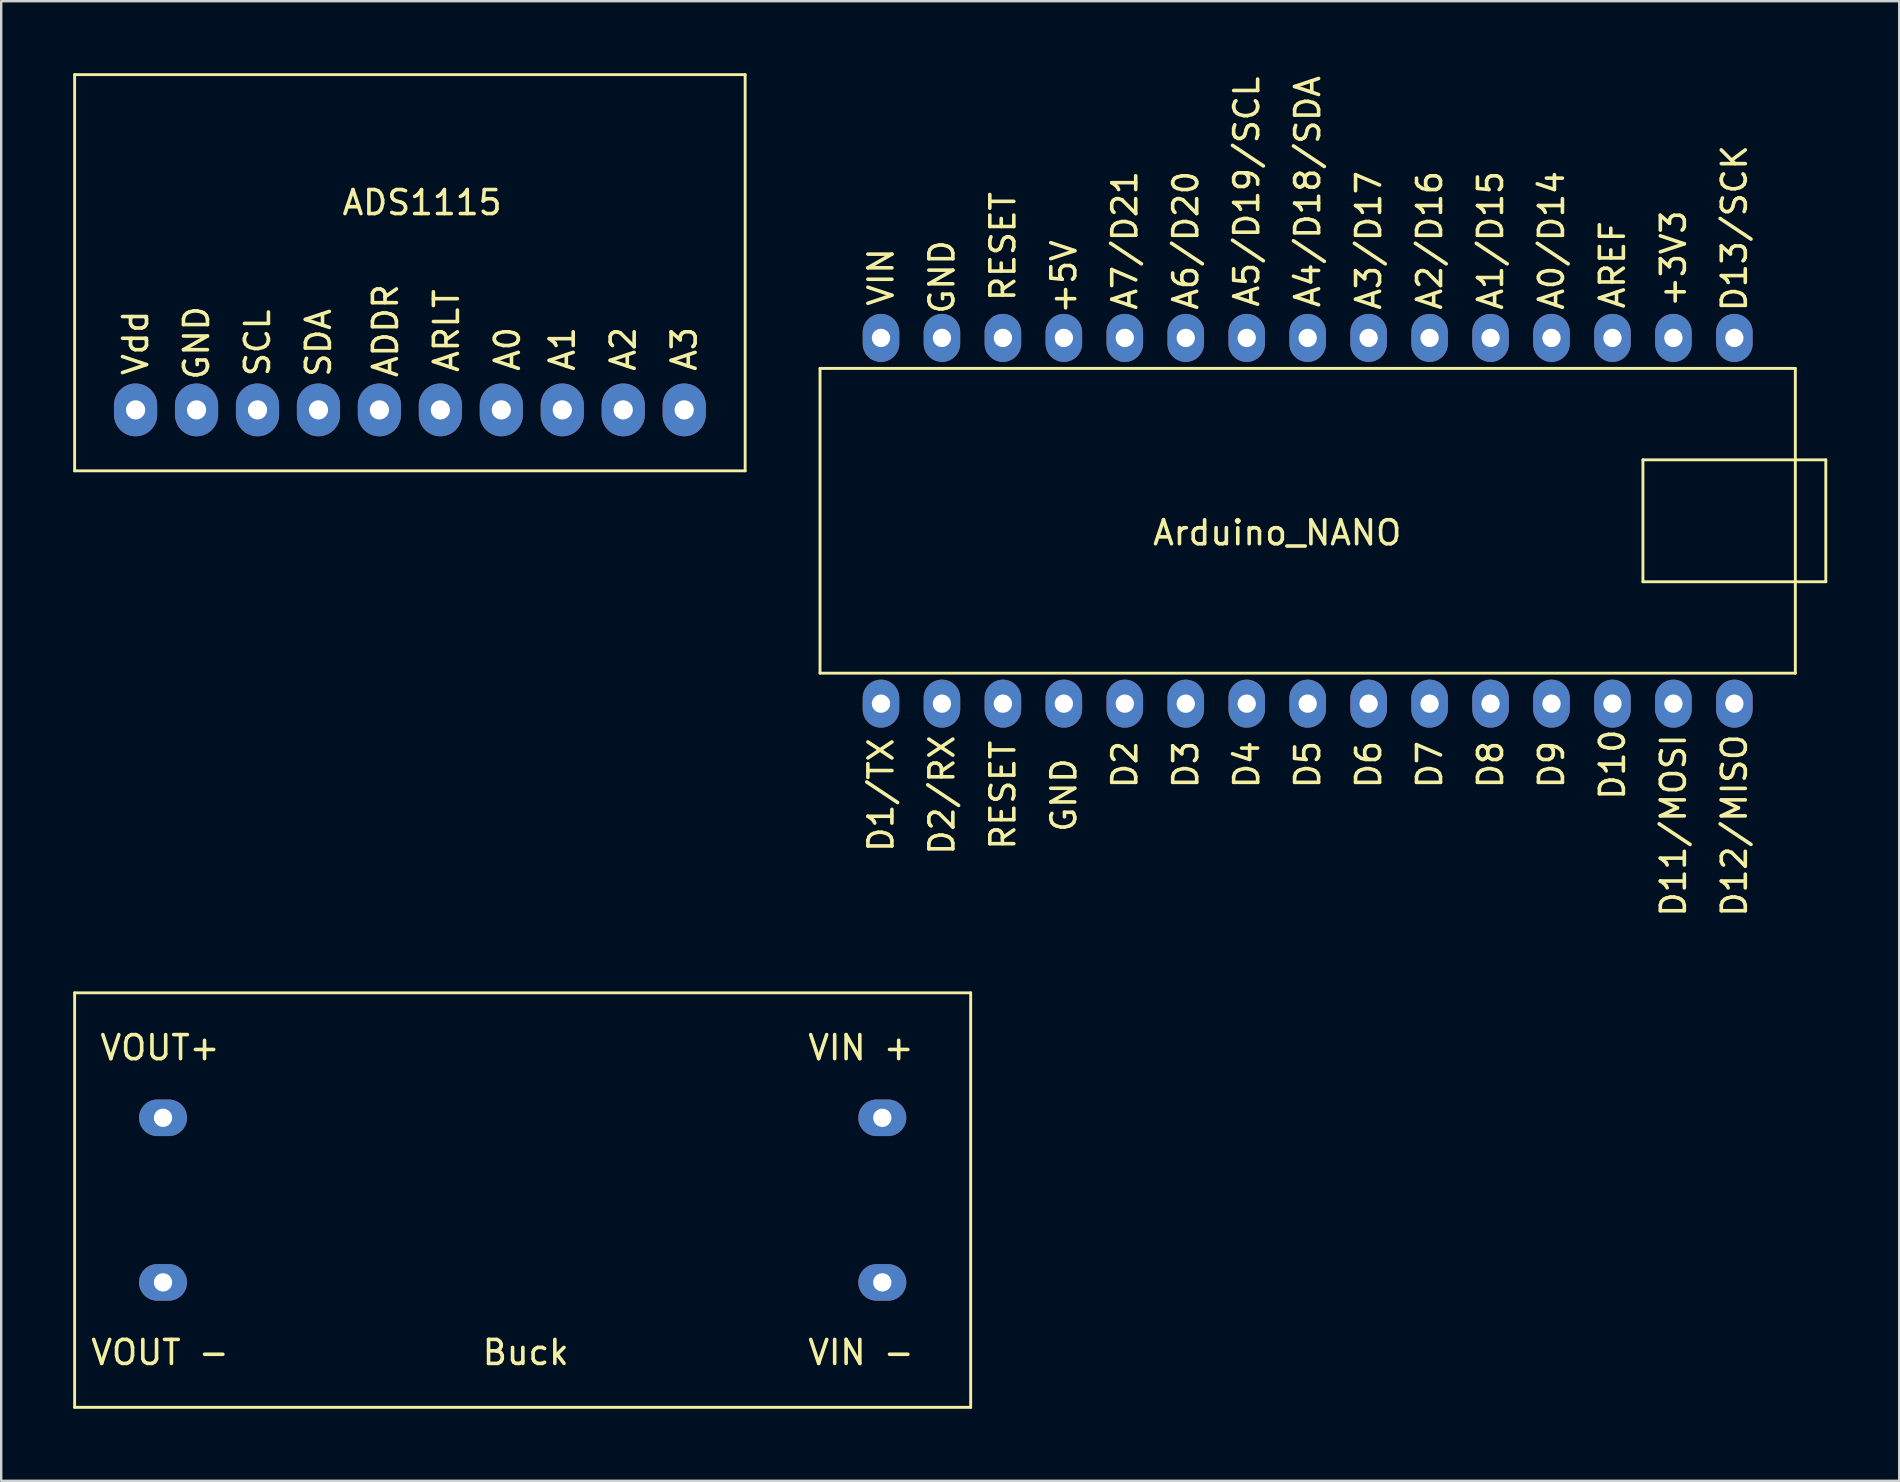
<source format=kicad_pcb>
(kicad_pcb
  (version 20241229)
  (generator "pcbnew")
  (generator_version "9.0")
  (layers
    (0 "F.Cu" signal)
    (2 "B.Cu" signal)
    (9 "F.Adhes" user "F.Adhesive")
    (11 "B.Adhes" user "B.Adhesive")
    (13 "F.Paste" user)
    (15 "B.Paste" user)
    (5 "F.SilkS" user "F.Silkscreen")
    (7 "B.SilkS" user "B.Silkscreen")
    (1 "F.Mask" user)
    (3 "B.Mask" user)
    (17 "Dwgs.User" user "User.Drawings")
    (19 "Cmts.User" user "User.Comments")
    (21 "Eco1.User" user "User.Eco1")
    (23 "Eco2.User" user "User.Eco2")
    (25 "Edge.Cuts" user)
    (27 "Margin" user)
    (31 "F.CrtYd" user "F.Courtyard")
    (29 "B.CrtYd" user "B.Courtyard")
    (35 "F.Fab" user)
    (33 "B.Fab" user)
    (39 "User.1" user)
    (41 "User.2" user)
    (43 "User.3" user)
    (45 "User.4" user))
  (footprint "ADS1115"
    (layer "F.Cu")
    (at 14.03 8.95)
    (property "Reference" "ADS1115" (at 0.508 -3.556 0) (layer "F.SilkS") (effects (font (size 1 1) (thickness 0.15))))
    (attr through_hole)
    (fp_line (start -13.97 -8.89) (end -13.97 7.62) (stroke (width 0.12) (type solid)) (layer "F.SilkS"))
    (fp_line (start -13.97 7.62) (end 13.97 7.62) (stroke (width 0.12) (type solid)) (layer "F.SilkS"))
    (fp_line (start 13.97 -8.89) (end -13.97 -8.89) (stroke (width 0.12) (type solid)) (layer "F.SilkS"))
    (fp_line (start 13.97 7.62) (end 13.97 -8.89) (stroke (width 0.12) (type solid)) (layer "F.SilkS"))
    (fp_text user "A1" (at 6.35 2.54 90) (layer "F.SilkS") (effects (font (size 1 1) (thickness 0.15))))
    (fp_text user "ADDR" (at -1.016 1.778 90) (layer "F.SilkS") (effects (font (size 1 1) (thickness 0.15))))
    (fp_text user "SDA" (at -3.81 2.286 90) (layer "F.SilkS") (effects (font (size 1 1) (thickness 0.15))))
    (fp_text user "GND" (at -8.89 2.286 90) (layer "F.SilkS") (effects (font (size 1 1) (thickness 0.15))))
    (fp_text user "A0" (at 4.064 2.54 90) (layer "F.SilkS") (effects (font (size 1 1) (thickness 0.15))))
    (fp_text user "SCL" (at -6.35 2.286 90) (layer "F.SilkS") (effects (font (size 1 1) (thickness 0.15))))
    (fp_text user "ARLT" (at 1.524 1.778 90) (layer "F.SilkS") (effects (font (size 1 1) (thickness 0.15))))
    (fp_text user "A2" (at 8.89 2.54 90) (layer "F.SilkS") (effects (font (size 1 1) (thickness 0.15))))
    (fp_text user "A3" (at 11.43 2.54 90) (layer "F.SilkS") (effects (font (size 1 1) (thickness 0.15))))
    (fp_text user "Vdd" (at -11.43 2.286 90) (layer "F.SilkS") (effects (font (size 1 1) (thickness 0.15))))
    (pad "1" thru_hole oval (at -11.43 5.08) (size 1.8 2.2) (drill 0.8) (layers "*.Cu" "*.Mask"))
    (pad "2" thru_hole oval (at -8.89 5.08) (size 1.8 2.2) (drill 0.8) (layers "*.Cu" "*.Mask"))
    (pad "3" thru_hole oval (at -6.35 5.08) (size 1.8 2.2) (drill 0.8) (layers "*.Cu" "*.Mask"))
    (pad "4" thru_hole oval (at -3.81 5.08) (size 1.8 2.2) (drill 0.8) (layers "*.Cu" "*.Mask"))
    (pad "5" thru_hole oval (at -1.27 5.08) (size 1.8 2.2) (drill 0.8) (layers "*.Cu" "*.Mask"))
    (pad "6" thru_hole oval (at 1.27 5.08) (size 1.8 2.2) (drill 0.8) (layers "*.Cu" "*.Mask"))
    (pad "7" thru_hole oval (at 3.81 5.08) (size 1.8 2.2) (drill 0.8) (layers "*.Cu" "*.Mask"))
    (pad "8" thru_hole oval (at 6.35 5.08) (size 1.8 2.2) (drill 0.8) (layers "*.Cu" "*.Mask"))
    (pad "9" thru_hole oval (at 8.89 5.08) (size 1.8 2.2) (drill 0.8) (layers "*.Cu" "*.Mask"))
    (pad "10" thru_hole oval (at 11.43 5.08) (size 1.8 2.2) (drill 0.8) (layers "*.Cu" "*.Mask")))
  (footprint "Arduino_NANO"
    (layer "F.Cu")
    (at 50.17 18.651)
    (property "Reference" "Arduino_NANO" (at 0 0.5 0) (layer "F.SilkS") (effects (font (size 1 1) (thickness 0.15))))
    (attr through_hole)
    (fp_line (start -19.05 -6.35) (end 21.59 -6.35) (stroke (width 0.12) (type solid)) (layer "F.SilkS"))
    (fp_line (start -19.05 6.35) (end -19.05 -6.35) (stroke (width 0.12) (type solid)) (layer "F.SilkS"))
    (fp_line (start 15.24 -2.54) (end 15.24 2.54) (stroke (width 0.12) (type solid)) (layer "F.SilkS"))
    (fp_line (start 15.24 2.54) (end 21.59 2.54) (stroke (width 0.12) (type solid)) (layer "F.SilkS"))
    (fp_line (start 21.59 -6.35) (end 21.59 6.35) (stroke (width 0.12) (type solid)) (layer "F.SilkS"))
    (fp_line (start 21.59 -2.54) (end 15.24 -2.54) (stroke (width 0.12) (type solid)) (layer "F.SilkS"))
    (fp_line (start 21.59 -2.54) (end 22.86 -2.54) (stroke (width 0.12) (type solid)) (layer "F.SilkS"))
    (fp_line (start 21.59 6.35) (end -19.05 6.35) (stroke (width 0.12) (type solid)) (layer "F.SilkS"))
    (fp_line (start 22.86 -2.54) (end 22.86 2.54) (stroke (width 0.12) (type solid)) (layer "F.SilkS"))
    (fp_line (start 22.86 2.54) (end 21.59 2.54) (stroke (width 0.12) (type solid)) (layer "F.SilkS"))
    (fp_text user "D2/RX" (at -13.97 11.43 90) (layer "F.SilkS") (effects (font (size 1 1) (thickness 0.15))))
    (fp_text user "A4/D18/SDA" (at 1.27 -13.716 90) (layer "F.SilkS") (effects (font (size 1 1) (thickness 0.15))))
    (fp_text user "D10" (at 13.97 10.16 90) (layer "F.SilkS") (effects (font (size 1 1) (thickness 0.15))))
    (fp_text user "RESET" (at -11.43 11.43 90) (layer "F.SilkS") (effects (font (size 1 1) (thickness 0.15))))
    (fp_text user "D5" (at 1.27 10.16 90) (layer "F.SilkS") (effects (font (size 1 1) (thickness 0.15))))
    (fp_text user "D11/MOSI" (at 16.51 12.7 90) (layer "F.SilkS") (effects (font (size 1 1) (thickness 0.15))))
    (fp_text user "A7/D21" (at -6.35 -11.684 90) (layer "F.SilkS") (effects (font (size 1 1) (thickness 0.15))))
    (fp_text user "D2" (at -6.35 10.16 90) (layer "F.SilkS") (effects (font (size 1 1) (thickness 0.15))))
    (fp_text user "D3" (at -3.81 10.16 90) (layer "F.SilkS") (effects (font (size 1 1) (thickness 0.15))))
    (fp_text user "D9" (at 11.43 10.16 90) (layer "F.SilkS") (effects (font (size 1 1) (thickness 0.15))))
    (fp_text user "D12/MISO" (at 19.05 12.7 90) (layer "F.SilkS") (effects (font (size 1 1) (thickness 0.15))))
    (fp_text user "VIN" (at -16.51 -10.16 90) (layer "F.SilkS") (effects (font (size 1 1) (thickness 0.15))))
    (fp_text user "A1/D15" (at 8.89 -11.684 90) (layer "F.SilkS") (effects (font (size 1 1) (thickness 0.15))))
    (fp_text user "A0/D14" (at 11.43 -11.684 90) (layer "F.SilkS") (effects (font (size 1 1) (thickness 0.15))))
    (fp_text user "RESET" (at -11.43 -11.43 90) (layer "F.SilkS") (effects (font (size 1 1) (thickness 0.15))))
    (fp_text user "D13/SCK" (at 19.05 -12.192 90) (layer "F.SilkS") (effects (font (size 1 1) (thickness 0.15))))
    (fp_text user "A3/D17" (at 3.81 -11.684 90) (layer "F.SilkS") (effects (font (size 1 1) (thickness 0.15))))
    (fp_text user "D7" (at 6.35 10.16 270) (layer "F.SilkS") (effects (font (size 1 1) (thickness 0.15))))
    (fp_text user "+3V3" (at 16.51 -10.922 90) (layer "F.SilkS") (effects (font (size 1 1) (thickness 0.15))))
    (fp_text user "A2/D16" (at 6.35 -11.684 90) (layer "F.SilkS") (effects (font (size 1 1) (thickness 0.15))))
    (fp_text user "A6/D20" (at -3.81 -11.684 90) (layer "F.SilkS") (effects (font (size 1 1) (thickness 0.15))))
    (fp_text user "D1/TX" (at -16.51 11.43 90) (layer "F.SilkS") (effects (font (size 1 1) (thickness 0.15))))
    (fp_text user "GND" (at -8.89 11.43 90) (layer "F.SilkS") (effects (font (size 1 1) (thickness 0.15))))
    (fp_text user "AREF" (at 13.97 -10.668 90) (layer "F.SilkS") (effects (font (size 1 1) (thickness 0.15))))
    (fp_text user "D6" (at 3.81 10.16 90) (layer "F.SilkS") (effects (font (size 1 1) (thickness 0.15))))
    (fp_text user "D8" (at 8.89 10.16 90) (layer "F.SilkS") (effects (font (size 1 1) (thickness 0.15))))
    (fp_text user "GND" (at -13.97 -10.16 90) (layer "F.SilkS") (effects (font (size 1 1) (thickness 0.15))))
    (fp_text user "A5/D19/SCL" (at -1.27 -13.716 90) (layer "F.SilkS") (effects (font (size 1 1) (thickness 0.15))))
    (fp_text user "D4" (at -1.27 10.16 90) (layer "F.SilkS") (effects (font (size 1 1) (thickness 0.15))))
    (fp_text user "+5V" (at -8.89 -10.16 90) (layer "F.SilkS") (effects (font (size 1 1) (thickness 0.15))))
    (pad "1" thru_hole oval (at -16.51 7.62) (size 1.524 2) (drill 0.762) (layers "*.Cu" "*.Mask"))
    (pad "2" thru_hole oval (at -13.97 7.62) (size 1.524 2) (drill 0.762) (layers "*.Cu" "*.Mask"))
    (pad "3" thru_hole oval (at -11.43 7.62) (size 1.524 2) (drill 0.762) (layers "*.Cu" "*.Mask"))
    (pad "4" thru_hole oval (at -8.89 7.62) (size 1.524 2) (drill 0.762) (layers "*.Cu" "*.Mask"))
    (pad "5" thru_hole oval (at -6.35 7.62) (size 1.524 2) (drill 0.762) (layers "*.Cu" "*.Mask"))
    (pad "6" thru_hole oval (at -3.81 7.62) (size 1.524 2) (drill 0.762) (layers "*.Cu" "*.Mask"))
    (pad "7" thru_hole oval (at -1.27 7.62) (size 1.524 2) (drill 0.762) (layers "*.Cu" "*.Mask"))
    (pad "8" thru_hole oval (at 1.27 7.62) (size 1.524 2) (drill 0.762) (layers "*.Cu" "*.Mask"))
    (pad "9" thru_hole oval (at 3.81 7.62) (size 1.524 2) (drill 0.762) (layers "*.Cu" "*.Mask"))
    (pad "10" thru_hole oval (at 6.35 7.62) (size 1.524 2) (drill 0.762) (layers "*.Cu" "*.Mask"))
    (pad "11" thru_hole oval (at 8.89 7.62) (size 1.524 2) (drill 0.762) (layers "*.Cu" "*.Mask"))
    (pad "12" thru_hole oval (at 11.43 7.62) (size 1.524 2) (drill 0.762) (layers "*.Cu" "*.Mask"))
    (pad "13" thru_hole oval (at 13.97 7.62) (size 1.524 2) (drill 0.762) (layers "*.Cu" "*.Mask"))
    (pad "14" thru_hole oval (at 16.51 7.62) (size 1.524 2) (drill 0.762) (layers "*.Cu" "*.Mask"))
    (pad "15" thru_hole oval (at 19.05 7.62) (size 1.524 2) (drill 0.762) (layers "*.Cu" "*.Mask"))
    (pad "16" thru_hole oval (at 19.05 -7.62 180) (size 1.524 2) (drill 0.762) (layers "*.Cu" "*.Mask"))
    (pad "17" thru_hole oval (at 16.51 -7.62 180) (size 1.524 2) (drill 0.762) (layers "*.Cu" "*.Mask"))
    (pad "18" thru_hole oval (at 13.97 -7.62 180) (size 1.524 2) (drill 0.762) (layers "*.Cu" "*.Mask"))
    (pad "19" thru_hole oval (at 11.43 -7.62 180) (size 1.524 2) (drill 0.762) (layers "*.Cu" "*.Mask"))
    (pad "20" thru_hole oval (at 8.89 -7.62 180) (size 1.524 2) (drill 0.762) (layers "*.Cu" "*.Mask"))
    (pad "21" thru_hole oval (at 6.35 -7.62 180) (size 1.524 2) (drill 0.762) (layers "*.Cu" "*.Mask"))
    (pad "22" thru_hole oval (at 3.81 -7.62 180) (size 1.524 2) (drill 0.762) (layers "*.Cu" "*.Mask"))
    (pad "23" thru_hole oval (at 1.27 -7.62 180) (size 1.524 2) (drill 0.762) (layers "*.Cu" "*.Mask"))
    (pad "24" thru_hole oval (at -1.27 -7.62 180) (size 1.524 2) (drill 0.762) (layers "*.Cu" "*.Mask"))
    (pad "25" thru_hole oval (at -3.81 -7.62 180) (size 1.524 2) (drill 0.762) (layers "*.Cu" "*.Mask"))
    (pad "26" thru_hole oval (at -6.35 -7.62 180) (size 1.524 2) (drill 0.762) (layers "*.Cu" "*.Mask"))
    (pad "27" thru_hole oval (at -8.89 -7.62 180) (size 1.524 2) (drill 0.762) (layers "*.Cu" "*.Mask"))
    (pad "28" thru_hole oval (at -11.43 -7.62 180) (size 1.524 2) (drill 0.762) (layers "*.Cu" "*.Mask"))
    (pad "29" thru_hole oval (at -13.97 -7.62 180) (size 1.524 2) (drill 0.762) (layers "*.Cu" "*.Mask"))
    (pad "30" thru_hole oval (at -16.51 -7.62 180) (size 1.524 2) (drill 0.762) (layers "*.Cu" "*.Mask")))
  (footprint "Buck"
    (layer "F.Cu")
    (at 18.856 46.957)
    (property "Reference" "Buck" (at 0 6.35 0) (layer "F.SilkS") (effects (font (size 1 1) (thickness 0.15))))
    (attr through_hole)
    (fp_line (start -18.796 -8.636) (end 18.542 -8.636) (stroke (width 0.12) (type solid)) (layer "F.SilkS"))
    (fp_line (start -18.796 8.636) (end -18.796 -8.636) (stroke (width 0.12) (type solid)) (layer "F.SilkS"))
    (fp_line (start 18.542 -8.636) (end 18.542 8.636) (stroke (width 0.12) (type solid)) (layer "F.SilkS"))
    (fp_line (start 18.542 8.636) (end -18.796 8.636) (stroke (width 0.12) (type solid)) (layer "F.SilkS"))
    (fp_text user "VIN +" (at 13.97 -6.35 0) (layer "F.SilkS") (effects (font (size 1 1) (thickness 0.15))))
    (fp_text user "VIN -" (at 13.97 6.35 0) (layer "F.SilkS") (effects (font (size 1 1) (thickness 0.15))))
    (fp_text user "VOUT -" (at -15.24 6.35 0) (layer "F.SilkS") (effects (font (size 1 1) (thickness 0.15))))
    (fp_text user "VOUT+" (at -15.24 -6.35 0) (layer "F.SilkS") (effects (font (size 1 1) (thickness 0.15))))
    (pad "1" thru_hole oval (at 14.859 -3.429) (size 2 1.524) (drill 0.762) (layers "*.Cu" "*.Mask"))
    (pad "2" thru_hole oval (at 14.859 3.429) (size 2 1.524) (drill 0.762) (layers "*.Cu" "*.Mask"))
    (pad "3" thru_hole oval (at -15.113 -3.429) (size 2 1.524) (drill 0.762) (layers "*.Cu" "*.Mask"))
    (pad "4" thru_hole oval (at -15.113 3.429) (size 2 1.524) (drill 0.762) (layers "*.Cu" "*.Mask")))
  (gr_rect
    (start -3 -3)
    (end 76.09 58.653)
    (stroke (width 0.1) (type default))
    (fill no)
    (layer "Edge.Cuts")))
</source>
